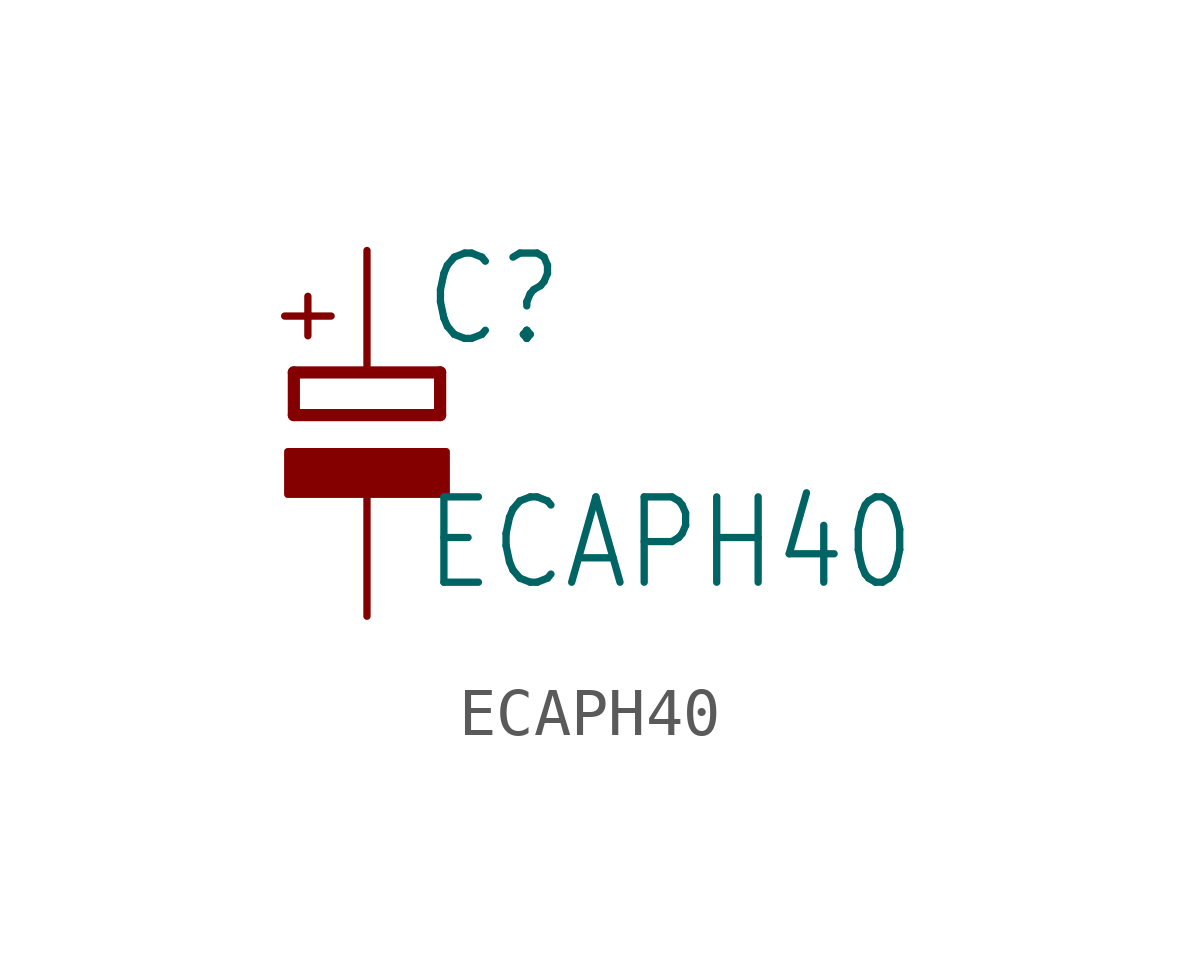
<source format=kicad_sym>
(kicad_symbol_lib
  (version 20211014)
  (generator kicad_symbol_editor)
  (symbol "ECAPH40"
    (property "Reference" "C"
      (at 1.143 0.483 0)
      (effects (font (size 1.778 1.511)) (justify left bottom)))
    (property "Value" "ECAPH40"
      (at 1.143 -4.597 0)
      (effects (font (size 1.778 1.511)) (justify left bottom)))
    (property "ki_locked" ""
      (at 0 0 0)
      (effects (font (size 1.27 1.27))))
    (symbol "ECAPH40_1_0"
      (rectangle (start -1.651 -2.54) (end 1.651 -1.651) (stroke (width 0) (type default) (color 0 0 0 0)) (fill (type outline)))
      (polyline (pts (xy -1.524 -0.889) (xy 1.524 -0.889)) (stroke (width 0.254) (type default) (color 0 0 0 0)) (fill (type none)))
      (polyline (pts (xy -1.524 0) (xy -1.524 -0.889)) (stroke (width 0.254) (type default) (color 0 0 0 0)) (fill (type none)))
      (polyline (pts (xy -1.524 0) (xy 1.524 0)) (stroke (width 0.254) (type default) (color 0 0 0 0)) (fill (type none)))
      (polyline (pts (xy 1.524 -0.889) (xy 1.524 0)) (stroke (width 0.254) (type default) (color 0 0 0 0)) (fill (type none)))
      (text "+" (at -0.584 0.406 900) (effects (font (size 1.27 1.079)) (justify left bottom)))
      (pin passive line (at 0 2.54 270) (length 2.54) (name "+" (effects (font (size 0 0)))) (number "+" (effects (font (size 0 0)))))
      (pin passive line (at 0 -5.08 90) (length 2.54) (name "-" (effects (font (size 0 0)))) (number "-" (effects (font (size 0 0))))))))
</source>
